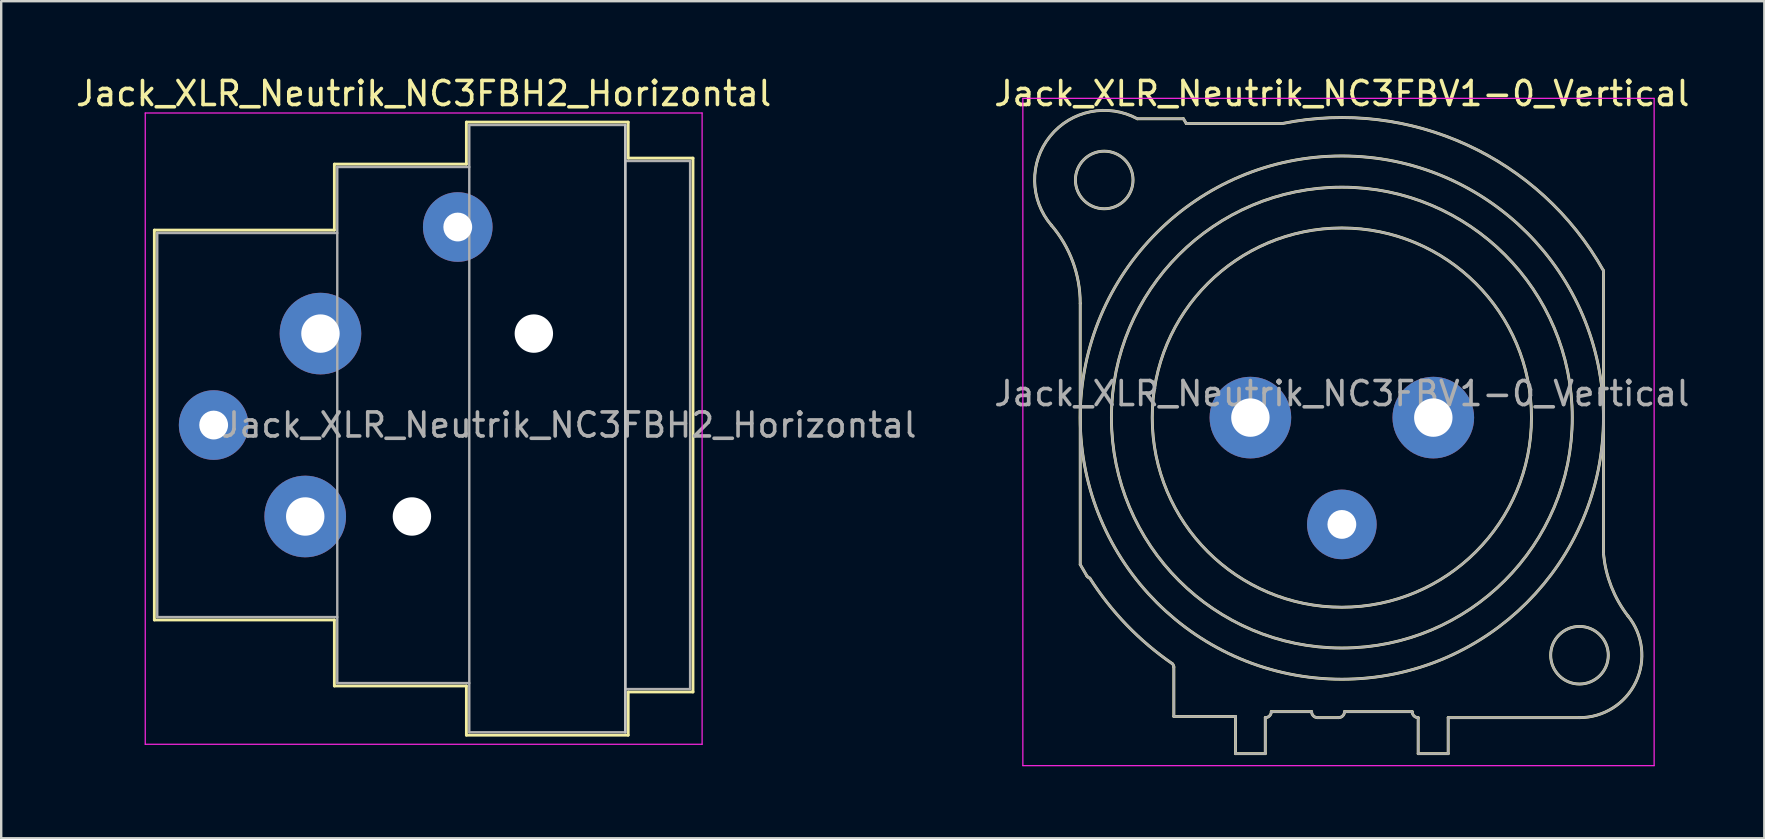
<source format=kicad_pcb>
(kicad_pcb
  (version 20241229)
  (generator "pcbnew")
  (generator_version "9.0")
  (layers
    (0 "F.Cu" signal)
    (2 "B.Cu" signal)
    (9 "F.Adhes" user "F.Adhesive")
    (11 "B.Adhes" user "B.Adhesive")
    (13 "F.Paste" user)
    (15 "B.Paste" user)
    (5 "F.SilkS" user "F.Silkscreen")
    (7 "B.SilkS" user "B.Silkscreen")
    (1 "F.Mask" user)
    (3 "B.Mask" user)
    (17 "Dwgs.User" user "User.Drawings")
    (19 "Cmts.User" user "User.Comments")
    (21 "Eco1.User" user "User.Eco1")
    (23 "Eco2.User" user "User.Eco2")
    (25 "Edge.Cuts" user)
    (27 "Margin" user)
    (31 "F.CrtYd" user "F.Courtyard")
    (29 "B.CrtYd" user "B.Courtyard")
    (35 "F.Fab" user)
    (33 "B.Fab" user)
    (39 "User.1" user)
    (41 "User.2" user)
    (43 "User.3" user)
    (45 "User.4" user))
  (footprint "Jack_XLR_Neutrik_NC3FBH2_Horizontal"
    (layer "F.Cu")
    (at 10.301 10.848)
    (property "Reference" "Jack_XLR_Neutrik_NC3FBH2_Horizontal" (at 4.3 -10 0) (layer "F.SilkS") (effects (font (size 1 1) (thickness 0.15))))
    (attr through_hole)
    (fp_line (start -6.92 -4.31) (end -6.92 11.93) (stroke (width 0.12) (type solid)) (layer "F.SilkS"))
    (fp_line (start 0.58 -7.06) (end 0.58 -4.31) (stroke (width 0.12) (type solid)) (layer "F.SilkS"))
    (fp_line (start 0.58 -4.31) (end -6.92 -4.31) (stroke (width 0.12) (type solid)) (layer "F.SilkS"))
    (fp_line (start 0.58 11.93) (end -6.92 11.93) (stroke (width 0.12) (type solid)) (layer "F.SilkS"))
    (fp_line (start 0.58 11.93) (end 0.58 14.68) (stroke (width 0.12) (type solid)) (layer "F.SilkS"))
    (fp_line (start 6.08 -7.06) (end 0.58 -7.06) (stroke (width 0.12) (type solid)) (layer "F.SilkS"))
    (fp_line (start 6.08 -7.06) (end 6.08 -8.81) (stroke (width 0.12) (type solid)) (layer "F.SilkS"))
    (fp_line (start 6.08 14.68) (end 0.58 14.68) (stroke (width 0.12) (type solid)) (layer "F.SilkS"))
    (fp_line (start 6.08 16.73) (end 6.08 14.68) (stroke (width 0.12) (type solid)) (layer "F.SilkS"))
    (fp_line (start 12.82 -8.81) (end 6.08 -8.81) (stroke (width 0.12) (type solid)) (layer "F.SilkS"))
    (fp_line (start 12.82 -8.81) (end 12.82 -7.31) (stroke (width 0.12) (type solid)) (layer "F.SilkS"))
    (fp_line (start 12.82 -7.31) (end 15.52 -7.31) (stroke (width 0.12) (type solid)) (layer "F.SilkS"))
    (fp_line (start 12.82 14.93) (end 12.82 16.73) (stroke (width 0.12) (type solid)) (layer "F.SilkS"))
    (fp_line (start 12.82 14.93) (end 15.52 14.93) (stroke (width 0.12) (type solid)) (layer "F.SilkS"))
    (fp_line (start 12.82 16.73) (end 6.08 16.73) (stroke (width 0.12) (type solid)) (layer "F.SilkS"))
    (fp_line (start 15.52 -7.31) (end 15.52 14.93) (stroke (width 0.12) (type solid)) (layer "F.SilkS"))
    (fp_line (start 12.7 -8.69) (end 12.7 16.61) (stroke (width 0.1) (type solid)) (layer "Dwgs.User"))
    (fp_line (start -7.3 -9.19) (end -7.3 17.11) (stroke (width 0.05) (type solid)) (layer "F.CrtYd"))
    (fp_line (start 15.9 -9.19) (end -7.3 -9.19) (stroke (width 0.05) (type solid)) (layer "F.CrtYd"))
    (fp_line (start 15.9 -9.19) (end 15.9 17.11) (stroke (width 0.05) (type solid)) (layer "F.CrtYd"))
    (fp_line (start 15.9 17.11) (end -7.3 17.11) (stroke (width 0.05) (type solid)) (layer "F.CrtYd"))
    (fp_line (start -6.8 -4.19) (end -6.8 11.81) (stroke (width 0.1) (type solid)) (layer "F.Fab"))
    (fp_line (start -6.8 11.81) (end 0.7 11.81) (stroke (width 0.1) (type solid)) (layer "F.Fab"))
    (fp_line (start 0.7 -6.94) (end 0.7 14.56) (stroke (width 0.1) (type solid)) (layer "F.Fab"))
    (fp_line (start 0.7 -4.19) (end -6.8 -4.19) (stroke (width 0.1) (type solid)) (layer "F.Fab"))
    (fp_line (start 0.7 14.56) (end 6.2 14.56) (stroke (width 0.1) (type solid)) (layer "F.Fab"))
    (fp_line (start 6.2 -8.69) (end 12.7 -8.69) (stroke (width 0.1) (type solid)) (layer "F.Fab"))
    (fp_line (start 6.2 -6.94) (end 0.7 -6.94) (stroke (width 0.1) (type solid)) (layer "F.Fab"))
    (fp_line (start 6.2 16.61) (end 6.2 -8.69) (stroke (width 0.1) (type solid)) (layer "F.Fab"))
    (fp_line (start 12.7 -8.69) (end 12.7 16.61) (stroke (width 0.1) (type solid)) (layer "F.Fab"))
    (fp_line (start 12.7 -7.19) (end 15.4 -7.19) (stroke (width 0.1) (type solid)) (layer "F.Fab"))
    (fp_line (start 12.7 16.61) (end 6.2 16.61) (stroke (width 0.1) (type solid)) (layer "F.Fab"))
    (fp_line (start 15.4 -7.19) (end 15.4 14.81) (stroke (width 0.1) (type solid)) (layer "F.Fab"))
    (fp_line (start 15.4 14.81) (end 12.7 14.81) (stroke (width 0.1) (type solid)) (layer "F.Fab"))
    (fp_text user "${REFERENCE}" (at 10.35 3.81 0) (layer "F.Fab") (effects (font (size 1 1) (thickness 0.15))))
    (pad "" np_thru_hole circle (at 3.81 7.62) (size 1.6 1.6) (drill 1.6) (layers "*.Cu" "*.Mask"))
    (pad "" np_thru_hole circle (at 8.89 0) (size 1.6 1.6) (drill 1.6) (layers "*.Cu" "*.Mask"))
    (pad "1" thru_hole circle (at 0 0) (size 3.4 3.4) (drill 1.6) (layers "*.Cu" "*.Mask"))
    (pad "2" thru_hole circle (at -0.635 7.62) (size 3.4 3.4) (drill 1.6) (layers "*.Cu" "*.Mask"))
    (pad "3" thru_hole circle (at -4.45 3.81) (size 2.9 2.9) (drill 1.2) (layers "*.Cu" "*.Mask"))
    (pad "G" thru_hole circle (at 5.72 -4.44) (size 2.9 2.9) (drill 1.2) (layers "*.Cu" "*.Mask")))
  (footprint "Jack_XLR_Neutrik_NC3FBV1-0_Vertical"
    (layer "F.Cu")
    (at 56.664 14.348)
    (property "Reference" "Jack_XLR_Neutrik_NC3FBV1-0_Vertical" (at -3.81 -13.5 0) (layer "F.SilkS") (effects (font (size 1 1) (thickness 0.15))))
    (attr through_hole)
    (fp_line (start -14.71 -4.76) (end -14.71 6.12) (stroke (width 0.12) (type solid)) (layer "F.SilkS"))
    (fp_line (start -14.71 6.12) (end -14.43 6.6) (stroke (width 0.12) (type solid)) (layer "F.SilkS"))
    (fp_line (start -10.81 10.39) (end -10.81 12.45) (stroke (width 0.12) (type solid)) (layer "F.SilkS"))
    (fp_line (start -10.81 12.45) (end -8.24 12.45) (stroke (width 0.12) (type solid)) (layer "F.SilkS"))
    (fp_line (start -10.41 -12.45) (end -12.33 -12.45) (stroke (width 0.12) (type solid)) (layer "F.SilkS"))
    (fp_line (start -10.29 -12.25) (end -10.41 -12.45) (stroke (width 0.12) (type solid)) (layer "F.SilkS"))
    (fp_line (start -8.24 12.45) (end -8.24 14) (stroke (width 0.12) (type solid)) (layer "F.SilkS"))
    (fp_line (start -7 14) (end -8.24 14) (stroke (width 0.12) (type solid)) (layer "F.SilkS"))
    (fp_line (start -7 14) (end -7 12.5) (stroke (width 0.12) (type solid)) (layer "F.SilkS"))
    (fp_line (start -6.75 12.25) (end -5.07 12.25) (stroke (width 0.12) (type solid)) (layer "F.SilkS"))
    (fp_line (start -6.3 -12.25) (end -10.29 -12.25) (stroke (width 0.12) (type solid)) (layer "F.SilkS"))
    (fp_line (start -4.82 12.5) (end -3.95 12.5) (stroke (width 0.12) (type solid)) (layer "F.SilkS"))
    (fp_line (start -3.7 12.25) (end -0.88 12.25) (stroke (width 0.12) (type solid)) (layer "F.SilkS"))
    (fp_line (start -0.63 12.5) (end -0.63 14) (stroke (width 0.12) (type solid)) (layer "F.SilkS"))
    (fp_line (start 0.62 12.5) (end 6.09 12.5) (stroke (width 0.12) (type solid)) (layer "F.SilkS"))
    (fp_line (start 0.62 14) (end -0.63 14) (stroke (width 0.12) (type solid)) (layer "F.SilkS"))
    (fp_line (start 0.62 14) (end 0.62 12.5) (stroke (width 0.12) (type solid)) (layer "F.SilkS"))
    (fp_line (start 7.09 5.67) (end 7.09 -6.12) (stroke (width 0.12) (type solid)) (layer "F.SilkS"))
    (fp_arc (start -15.916051 -8.020379) (mid -15.021177 -6.498148) (end -14.71 -4.76) (stroke (width 0.12) (type solid)) (layer "F.SilkS"))
    (fp_arc (start -15.908884 -8.010077) (mid -15.967404 -11.719623) (end -12.33 -12.45) (stroke (width 0.12) (type solid)) (layer "F.SilkS"))
    (fp_arc (start -14.313753 6.685219) (mid -14.379716 6.653303) (end -14.43 6.6) (stroke (width 0.12) (type solid)) (layer "F.SilkS"))
    (fp_arc (start -10.879208 10.248532) (mid -12.772983 8.641241) (end -14.31 6.69) (stroke (width 0.12) (type solid)) (layer "F.SilkS"))
    (fp_arc (start -10.874359 10.252686) (mid -10.828679 10.315015) (end -10.81 10.39) (stroke (width 0.12) (type solid)) (layer "F.SilkS"))
    (fp_arc (start -6.75 12.25) (mid -6.823223 12.426777) (end -7 12.5) (stroke (width 0.12) (type solid)) (layer "F.SilkS"))
    (fp_arc (start -6.283571 -12.253402) (mid 1.401126 -11.362596) (end 7.09 -6.12) (stroke (width 0.12) (type solid)) (layer "F.SilkS"))
    (fp_arc (start -4.82 12.5) (mid -4.996777 12.426777) (end -5.07 12.25) (stroke (width 0.12) (type solid)) (layer "F.SilkS"))
    (fp_arc (start -3.7 12.25) (mid -3.773223 12.426777) (end -3.95 12.5) (stroke (width 0.12) (type solid)) (layer "F.SilkS"))
    (fp_arc (start -0.63 12.5) (mid -0.806777 12.426777) (end -0.88 12.25) (stroke (width 0.12) (type solid)) (layer "F.SilkS"))
    (fp_arc (start 8.110579 8.263767) (mid 8.436721 11.019329) (end 6.09 12.5) (stroke (width 0.12) (type solid)) (layer "F.SilkS"))
    (fp_arc (start 8.111727 8.266808) (mid 7.416073 7.041111) (end 7.09 5.67) (stroke (width 0.12) (type solid)) (layer "F.SilkS"))
    (fp_circle (center -13.71 -9.9) (end -12.51 -9.9) (stroke (width 0.12) (type solid)) (fill no) (layer "F.SilkS"))
    (fp_circle (center -3.81 0) (end 4.09 0) (stroke (width 0.12) (type solid)) (fill no) (layer "F.SilkS"))
    (fp_circle (center -3.81 0) (end 5.79 0) (stroke (width 0.12) (type solid)) (fill no) (layer "F.SilkS"))
    (fp_circle (center -3.81 0) (end 7.09 0) (stroke (width 0.12) (type solid)) (fill no) (layer "F.SilkS"))
    (fp_circle (center 6.09 9.9) (end 7.29 9.9) (stroke (width 0.12) (type solid)) (fill no) (layer "F.SilkS"))
    (fp_line (start -17.1 -13.3) (end 9.2 -13.3) (stroke (width 0.05) (type solid)) (layer "F.CrtYd"))
    (fp_line (start -17.1 14.5) (end -17.1 -13.3) (stroke (width 0.05) (type solid)) (layer "F.CrtYd"))
    (fp_line (start 9.2 -13.3) (end 9.2 14.5) (stroke (width 0.05) (type solid)) (layer "F.CrtYd"))
    (fp_line (start 9.2 14.5) (end -17.1 14.5) (stroke (width 0.05) (type solid)) (layer "F.CrtYd"))
    (fp_line (start -14.71 -4.76) (end -14.71 6.12) (stroke (width 0.1) (type solid)) (layer "F.Fab"))
    (fp_line (start -14.71 6.12) (end -14.43 6.6) (stroke (width 0.1) (type solid)) (layer "F.Fab"))
    (fp_line (start -10.81 10.39) (end -10.81 12.45) (stroke (width 0.1) (type solid)) (layer "F.Fab"))
    (fp_line (start -10.81 12.45) (end -8.24 12.45) (stroke (width 0.1) (type solid)) (layer "F.Fab"))
    (fp_line (start -10.41 -12.45) (end -12.33 -12.45) (stroke (width 0.1) (type solid)) (layer "F.Fab"))
    (fp_line (start -10.29 -12.25) (end -10.41 -12.45) (stroke (width 0.1) (type solid)) (layer "F.Fab"))
    (fp_line (start -8.24 12.45) (end -8.24 14) (stroke (width 0.1) (type solid)) (layer "F.Fab"))
    (fp_line (start -7 14) (end -8.24 14) (stroke (width 0.1) (type solid)) (layer "F.Fab"))
    (fp_line (start -7 14) (end -7 12.5) (stroke (width 0.1) (type solid)) (layer "F.Fab"))
    (fp_line (start -6.75 12.25) (end -5.07 12.25) (stroke (width 0.1) (type solid)) (layer "F.Fab"))
    (fp_line (start -6.3 -12.25) (end -10.29 -12.25) (stroke (width 0.1) (type solid)) (layer "F.Fab"))
    (fp_line (start -4.82 12.5) (end -3.95 12.5) (stroke (width 0.1) (type solid)) (layer "F.Fab"))
    (fp_line (start -3.7 12.25) (end -0.88 12.25) (stroke (width 0.1) (type solid)) (layer "F.Fab"))
    (fp_line (start -0.63 12.5) (end -0.63 14) (stroke (width 0.1) (type solid)) (layer "F.Fab"))
    (fp_line (start 0.62 12.5) (end 6.09 12.5) (stroke (width 0.1) (type solid)) (layer "F.Fab"))
    (fp_line (start 0.62 14) (end -0.63 14) (stroke (width 0.1) (type solid)) (layer "F.Fab"))
    (fp_line (start 0.62 14) (end 0.62 12.5) (stroke (width 0.1) (type solid)) (layer "F.Fab"))
    (fp_line (start 7.09 5.67) (end 7.09 -6.12) (stroke (width 0.1) (type solid)) (layer "F.Fab"))
    (fp_arc (start -15.916051 -8.020379) (mid -15.021177 -6.498148) (end -14.71 -4.76) (stroke (width 0.1) (type solid)) (layer "F.Fab"))
    (fp_arc (start -15.908884 -8.010077) (mid -15.967404 -11.719623) (end -12.33 -12.45) (stroke (width 0.1) (type solid)) (layer "F.Fab"))
    (fp_arc (start -14.313753 6.685219) (mid -14.379716 6.653303) (end -14.43 6.6) (stroke (width 0.1) (type solid)) (layer "F.Fab"))
    (fp_arc (start -10.879208 10.248532) (mid -12.772983 8.641241) (end -14.31 6.69) (stroke (width 0.1) (type solid)) (layer "F.Fab"))
    (fp_arc (start -10.874359 10.252686) (mid -10.828679 10.315015) (end -10.81 10.39) (stroke (width 0.1) (type solid)) (layer "F.Fab"))
    (fp_arc (start -6.75 12.25) (mid -6.823223 12.426777) (end -7 12.5) (stroke (width 0.1) (type solid)) (layer "F.Fab"))
    (fp_arc (start -6.283571 -12.253402) (mid 1.401126 -11.362596) (end 7.09 -6.12) (stroke (width 0.1) (type solid)) (layer "F.Fab"))
    (fp_arc (start -4.82 12.5) (mid -4.996777 12.426777) (end -5.07 12.25) (stroke (width 0.1) (type solid)) (layer "F.Fab"))
    (fp_arc (start -3.7 12.25) (mid -3.773223 12.426777) (end -3.95 12.5) (stroke (width 0.1) (type solid)) (layer "F.Fab"))
    (fp_arc (start -0.63 12.5) (mid -0.806777 12.426777) (end -0.88 12.25) (stroke (width 0.1) (type solid)) (layer "F.Fab"))
    (fp_arc (start 8.110579 8.263767) (mid 8.436721 11.019329) (end 6.09 12.5) (stroke (width 0.1) (type solid)) (layer "F.Fab"))
    (fp_arc (start 8.111727 8.266808) (mid 7.416073 7.041111) (end 7.09 5.67) (stroke (width 0.1) (type solid)) (layer "F.Fab"))
    (fp_circle (center -13.71 -9.9) (end -12.51 -9.9) (stroke (width 0.1) (type solid)) (fill no) (layer "F.Fab"))
    (fp_circle (center -3.81 0) (end 4.09 0) (stroke (width 0.1) (type solid)) (fill no) (layer "F.Fab"))
    (fp_circle (center -3.81 0) (end 5.79 0) (stroke (width 0.1) (type solid)) (fill no) (layer "F.Fab"))
    (fp_circle (center -3.81 0) (end 7.09 0) (stroke (width 0.1) (type solid)) (fill no) (layer "F.Fab"))
    (fp_circle (center 6.09 9.9) (end 7.29 9.9) (stroke (width 0.1) (type solid)) (fill no) (layer "F.Fab"))
    (fp_text user "${REFERENCE}" (at -3.81 -1 0) (layer "F.Fab") (effects (font (size 1 1) (thickness 0.15))))
    (pad "1" thru_hole circle (at 0 0) (size 3.4 3.4) (drill 1.6) (layers "*.Cu" "*.Mask"))
    (pad "2" thru_hole circle (at -7.62 0) (size 3.4 3.4) (drill 1.6) (layers "*.Cu" "*.Mask"))
    (pad "3" thru_hole circle (at -3.81 4.45) (size 2.9 2.9) (drill 1.2) (layers "*.Cu" "*.Mask")))
  (gr_rect
    (start -3 -3)
    (end 70.455 31.873)
    (stroke (width 0.1) (type default))
    (fill no)
    (layer "Edge.Cuts")))
</source>
